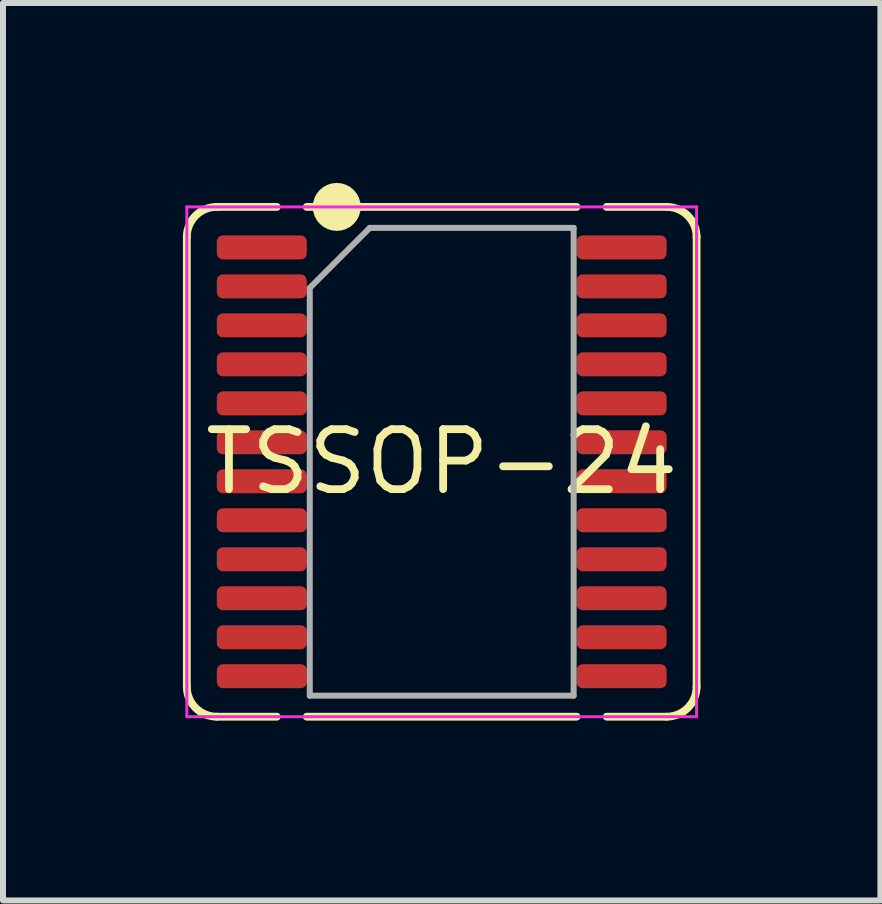
<source format=kicad_pcb>
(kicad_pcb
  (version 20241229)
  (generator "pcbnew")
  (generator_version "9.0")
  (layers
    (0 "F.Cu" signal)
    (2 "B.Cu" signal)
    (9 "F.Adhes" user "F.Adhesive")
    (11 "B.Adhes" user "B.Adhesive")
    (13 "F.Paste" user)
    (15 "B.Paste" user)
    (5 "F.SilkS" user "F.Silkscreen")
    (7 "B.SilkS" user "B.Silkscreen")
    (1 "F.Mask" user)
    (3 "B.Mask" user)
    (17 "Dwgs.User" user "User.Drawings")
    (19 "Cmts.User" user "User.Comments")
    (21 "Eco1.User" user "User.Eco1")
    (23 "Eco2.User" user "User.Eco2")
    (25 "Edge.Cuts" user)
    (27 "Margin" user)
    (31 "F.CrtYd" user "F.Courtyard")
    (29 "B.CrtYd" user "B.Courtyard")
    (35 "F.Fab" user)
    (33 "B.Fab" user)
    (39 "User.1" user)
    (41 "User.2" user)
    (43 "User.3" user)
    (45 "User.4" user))
  (footprint "TSSOP-24"
    (layer "F.Cu")
    (at 4.315 4.65)
    (property "Reference" "TSSOP-24" (at 0 0 0) (layer "F.SilkS") (effects (font (size 1 1) (thickness 0.13))))
    (attr smd)
    (fp_line (start -4.25 3.75) (end -4.25 -3.75) (stroke (width 0.13) (type solid)) (layer "F.SilkS"))
    (fp_line (start -2.75 -4.25) (end -3.75 -4.25) (stroke (width 0.13) (type solid)) (layer "F.SilkS"))
    (fp_line (start -2.75 4.25) (end -3.75 4.25) (stroke (width 0.13) (type solid)) (layer "F.SilkS"))
    (fp_line (start 2.25 -4.25) (end -2.25 -4.25) (stroke (width 0.13) (type solid)) (layer "F.SilkS"))
    (fp_line (start 2.25 4.25) (end -2.25 4.25) (stroke (width 0.13) (type solid)) (layer "F.SilkS"))
    (fp_line (start 3.75 -4.25) (end 2.75 -4.25) (stroke (width 0.13) (type solid)) (layer "F.SilkS"))
    (fp_line (start 3.75 4.25) (end 2.75 4.25) (stroke (width 0.13) (type solid)) (layer "F.SilkS"))
    (fp_line (start 4.25 -3.75) (end 4.25 3.75) (stroke (width 0.13) (type solid)) (layer "F.SilkS"))
    (fp_arc (start -4.25 -3.75) (mid -4.103553 -4.103553) (end -3.75 -4.25) (stroke (width 0.13) (type solid)) (layer "F.SilkS"))
    (fp_arc (start -3.75 4.25) (mid -4.103553 4.103553) (end -4.25 3.75) (stroke (width 0.13) (type solid)) (layer "F.SilkS"))
    (fp_arc (start 3.75 -4.25) (mid 4.103553 -4.103553) (end 4.25 -3.75) (stroke (width 0.13) (type solid)) (layer "F.SilkS"))
    (fp_arc (start 4.25 3.75) (mid 4.103553 4.103553) (end 3.75 4.25) (stroke (width 0.13) (type solid)) (layer "F.SilkS"))
    (fp_circle (center -1.75 -4.25) (end -1.55 -4.25) (stroke (width 0.4) (type solid)) (fill no) (layer "F.SilkS"))
    (fp_line (start -4.25 -4.25) (end 4.25 -4.25) (stroke (width 0.05) (type solid)) (layer "F.CrtYd"))
    (fp_line (start -4.25 4.25) (end -4.25 -4.25) (stroke (width 0.05) (type solid)) (layer "F.CrtYd"))
    (fp_line (start 4.25 -4.25) (end 4.25 4.25) (stroke (width 0.05) (type solid)) (layer "F.CrtYd"))
    (fp_line (start 4.25 4.25) (end -4.25 4.25) (stroke (width 0.05) (type solid)) (layer "F.CrtYd"))
    (fp_line (start -2.2 -2.9) (end -1.2 -3.9) (stroke (width 0.1) (type solid)) (layer "F.Fab"))
    (fp_line (start -2.2 3.9) (end -2.2 -2.9) (stroke (width 0.1) (type solid)) (layer "F.Fab"))
    (fp_line (start -1.2 -3.9) (end 2.2 -3.9) (stroke (width 0.1) (type solid)) (layer "F.Fab"))
    (fp_line (start 2.2 -3.9) (end 2.2 3.9) (stroke (width 0.1) (type solid)) (layer "F.Fab"))
    (fp_line (start 2.2 3.9) (end -2.2 3.9) (stroke (width 0.1) (type solid)) (layer "F.Fab"))
    (pad "1" smd roundrect (at -3 -3.575) (size 1.5 0.4) (layers "F.Cu" "F.Mask" "F.Paste") (roundrect_rratio 0.25))
    (pad "2" smd roundrect (at -3 -2.925) (size 1.5 0.4) (layers "F.Cu" "F.Mask" "F.Paste") (roundrect_rratio 0.25))
    (pad "3" smd roundrect (at -3 -2.275) (size 1.5 0.4) (layers "F.Cu" "F.Mask" "F.Paste") (roundrect_rratio 0.25))
    (pad "4" smd roundrect (at -3 -1.625) (size 1.5 0.4) (layers "F.Cu" "F.Mask" "F.Paste") (roundrect_rratio 0.25))
    (pad "5" smd roundrect (at -3 -0.975) (size 1.5 0.4) (layers "F.Cu" "F.Mask" "F.Paste") (roundrect_rratio 0.25))
    (pad "6" smd roundrect (at -3 -0.325) (size 1.5 0.4) (layers "F.Cu" "F.Mask" "F.Paste") (roundrect_rratio 0.25))
    (pad "7" smd roundrect (at -3 0.325) (size 1.5 0.4) (layers "F.Cu" "F.Mask" "F.Paste") (roundrect_rratio 0.25))
    (pad "8" smd roundrect (at -3 0.975) (size 1.5 0.4) (layers "F.Cu" "F.Mask" "F.Paste") (roundrect_rratio 0.25))
    (pad "9" smd roundrect (at -3 1.625) (size 1.5 0.4) (layers "F.Cu" "F.Mask" "F.Paste") (roundrect_rratio 0.25))
    (pad "10" smd roundrect (at -3 2.275) (size 1.5 0.4) (layers "F.Cu" "F.Mask" "F.Paste") (roundrect_rratio 0.25))
    (pad "11" smd roundrect (at -3 2.925) (size 1.5 0.4) (layers "F.Cu" "F.Mask" "F.Paste") (roundrect_rratio 0.25))
    (pad "12" smd roundrect (at -3 3.575) (size 1.5 0.4) (layers "F.Cu" "F.Mask" "F.Paste") (roundrect_rratio 0.25))
    (pad "13" smd roundrect (at 3 3.575) (size 1.5 0.4) (layers "F.Cu" "F.Mask" "F.Paste") (roundrect_rratio 0.25))
    (pad "14" smd roundrect (at 3 2.925) (size 1.5 0.4) (layers "F.Cu" "F.Mask" "F.Paste") (roundrect_rratio 0.25))
    (pad "15" smd roundrect (at 3 2.275) (size 1.5 0.4) (layers "F.Cu" "F.Mask" "F.Paste") (roundrect_rratio 0.25))
    (pad "16" smd roundrect (at 3 1.625) (size 1.5 0.4) (layers "F.Cu" "F.Mask" "F.Paste") (roundrect_rratio 0.25))
    (pad "17" smd roundrect (at 3 0.975) (size 1.5 0.4) (layers "F.Cu" "F.Mask" "F.Paste") (roundrect_rratio 0.25))
    (pad "18" smd roundrect (at 3 0.325) (size 1.5 0.4) (layers "F.Cu" "F.Mask" "F.Paste") (roundrect_rratio 0.25))
    (pad "19" smd roundrect (at 3 -0.325) (size 1.5 0.4) (layers "F.Cu" "F.Mask" "F.Paste") (roundrect_rratio 0.25))
    (pad "20" smd roundrect (at 3 -0.975) (size 1.5 0.4) (layers "F.Cu" "F.Mask" "F.Paste") (roundrect_rratio 0.25))
    (pad "21" smd roundrect (at 3 -1.625) (size 1.5 0.4) (layers "F.Cu" "F.Mask" "F.Paste") (roundrect_rratio 0.25))
    (pad "22" smd roundrect (at 3 -2.275) (size 1.5 0.4) (layers "F.Cu" "F.Mask" "F.Paste") (roundrect_rratio 0.25))
    (pad "23" smd roundrect (at 3 -2.925) (size 1.5 0.4) (layers "F.Cu" "F.Mask" "F.Paste") (roundrect_rratio 0.25))
    (pad "24" smd roundrect (at 3 -3.575) (size 1.5 0.4) (layers "F.Cu" "F.Mask" "F.Paste") (roundrect_rratio 0.25)))
  (gr_rect
    (start -3 -3)
    (end 11.63 11.965)
    (stroke (width 0.1) (type default))
    (fill no)
    (layer "Edge.Cuts")))
</source>
